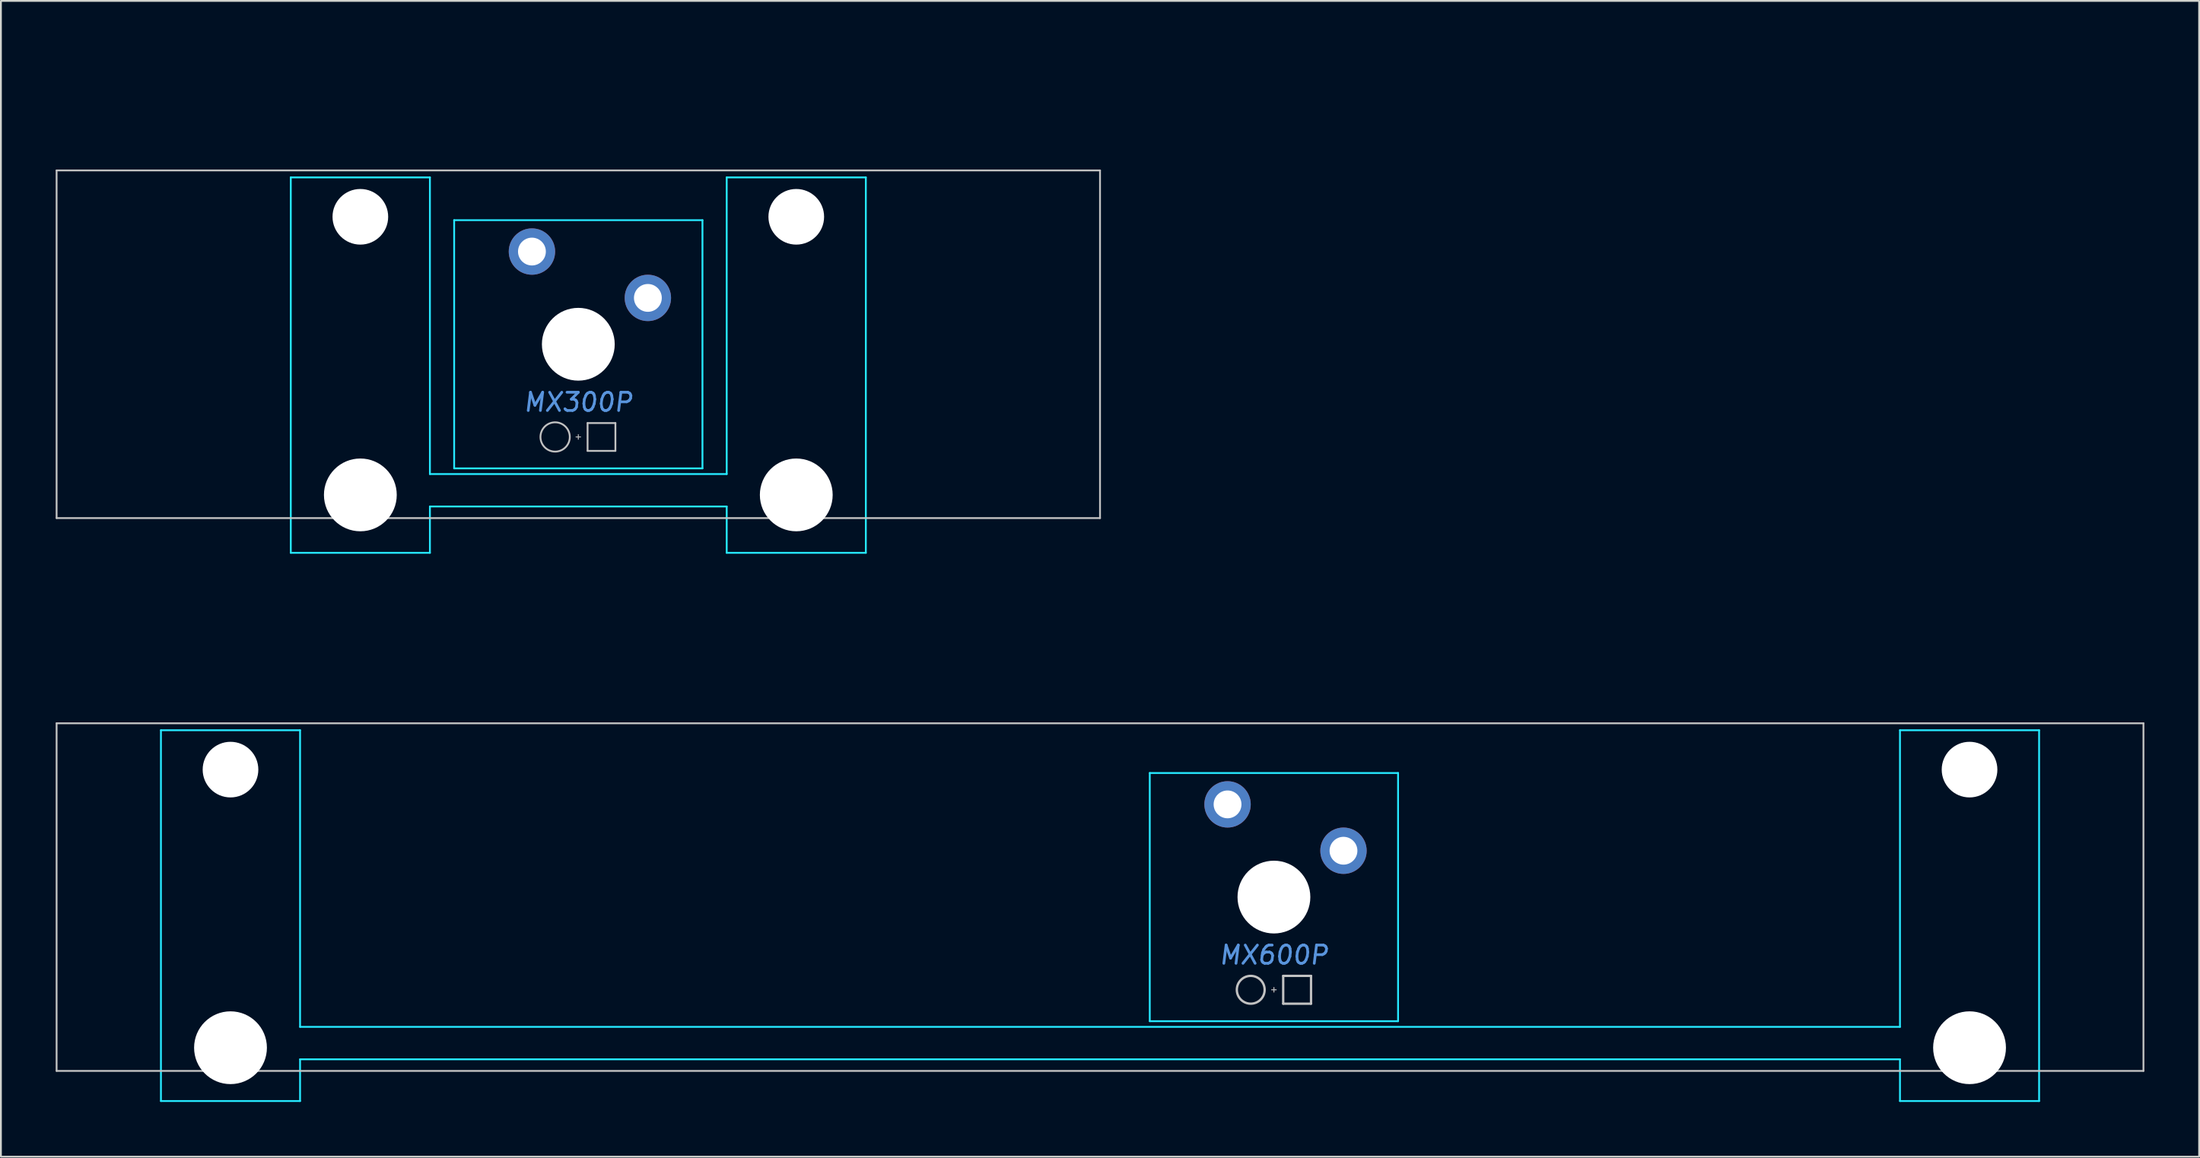
<source format=kicad_pcb>
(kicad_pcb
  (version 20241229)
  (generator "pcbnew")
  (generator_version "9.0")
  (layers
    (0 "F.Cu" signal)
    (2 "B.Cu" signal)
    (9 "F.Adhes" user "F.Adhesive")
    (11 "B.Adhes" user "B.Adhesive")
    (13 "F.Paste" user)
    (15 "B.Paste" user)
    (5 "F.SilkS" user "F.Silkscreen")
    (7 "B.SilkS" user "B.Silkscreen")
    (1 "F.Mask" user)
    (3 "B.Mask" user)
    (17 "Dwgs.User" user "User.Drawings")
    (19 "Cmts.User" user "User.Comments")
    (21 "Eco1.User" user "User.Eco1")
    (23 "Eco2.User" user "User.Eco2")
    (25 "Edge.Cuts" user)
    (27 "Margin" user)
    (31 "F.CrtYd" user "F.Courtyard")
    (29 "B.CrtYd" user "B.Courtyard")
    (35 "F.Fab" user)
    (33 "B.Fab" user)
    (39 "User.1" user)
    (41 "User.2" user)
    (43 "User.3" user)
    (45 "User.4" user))
  (footprint "MX300P"
    (layer "F.Cu")
    (at 28.625 15.815)
    (property "Reference" "MX300P" (at 0 3.175 0) (layer "Cmts.User") (effects (font (size 1 1) (thickness 0.15) (italic yes))))
    (attr through_hole)
    (fp_line (start -28.575 -9.525) (end -28.575 9.525) (stroke (width 0.1) (type solid)) (layer "Dwgs.User"))
    (fp_line (start -28.575 -9.525) (end 28.575 -9.525) (stroke (width 0.1) (type solid)) (layer "Dwgs.User"))
    (fp_line (start -28.575 9.525) (end 28.575 9.525) (stroke (width 0.1) (type solid)) (layer "Dwgs.User"))
    (fp_line (start -0.127 5.08) (end 0.127 5.08) (stroke (width 0.05) (type solid)) (layer "Dwgs.User"))
    (fp_line (start 0 5.207) (end 0 4.953) (stroke (width 0.05) (type solid)) (layer "Dwgs.User"))
    (fp_line (start 0.508 4.318) (end 0.508 5.842) (stroke (width 0.1) (type solid)) (layer "Dwgs.User"))
    (fp_line (start 0.508 4.318) (end 2.032 4.318) (stroke (width 0.1) (type solid)) (layer "Dwgs.User"))
    (fp_line (start 0.508 5.842) (end 2.032 5.842) (stroke (width 0.1) (type solid)) (layer "Dwgs.User"))
    (fp_line (start 2.032 5.842) (end 2.032 4.318) (stroke (width 0.1) (type solid)) (layer "Dwgs.User"))
    (fp_line (start 28.575 -9.525) (end 28.575 9.525) (stroke (width 0.1) (type solid)) (layer "Dwgs.User"))
    (fp_circle (center -1.27 5.08) (end -0.467 5.08) (stroke (width 0.1) (type solid)) (fill no) (layer "Dwgs.User"))
    (fp_line (start -23.241 -3.303) (end -22.225 -3.303) (stroke (width 0.1) (type solid)) (layer "Eco1.User"))
    (fp_line (start -23.241 -0.509) (end -23.241 -3.303) (stroke (width 0.1) (type solid)) (layer "Eco1.User"))
    (fp_line (start -22.225 -3.303) (end -22.225 -5.69) (stroke (width 0.1) (type solid)) (layer "Eco1.User"))
    (fp_line (start -22.225 -0.509) (end -23.241 -0.509) (stroke (width 0.1) (type solid)) (layer "Eco1.User"))
    (fp_line (start -22.225 -5.69) (end -15.57 -5.69) (stroke (width 0.1) (type solid)) (layer "Eco1.User"))
    (fp_line (start -22.225 6.603) (end -22.225 -0.509) (stroke (width 0.1) (type solid)) (layer "Eco1.User"))
    (fp_line (start -20.421 6.603) (end -22.225 6.603) (stroke (width 0.1) (type solid)) (layer "Eco1.User"))
    (fp_line (start -20.421 7.772) (end -20.421 6.603) (stroke (width 0.1) (type solid)) (layer "Eco1.User"))
    (fp_line (start -17.373 6.603) (end -17.373 7.772) (stroke (width 0.1) (type solid)) (layer "Eco1.User"))
    (fp_line (start -17.373 7.772) (end -20.421 7.772) (stroke (width 0.1) (type solid)) (layer "Eco1.User"))
    (fp_line (start -15.57 -5.69) (end -15.57 -2.286) (stroke (width 0.1) (type solid)) (layer "Eco1.User"))
    (fp_line (start -15.57 -2.286) (end -6.985 -2.286) (stroke (width 0.1) (type solid)) (layer "Eco1.User"))
    (fp_line (start -15.57 2.286) (end -15.57 6.603) (stroke (width 0.1) (type solid)) (layer "Eco1.User"))
    (fp_line (start -15.57 6.603) (end -17.373 6.603) (stroke (width 0.1) (type solid)) (layer "Eco1.User"))
    (fp_line (start -7 -7) (end 7 -7) (stroke (width 0.1) (type solid)) (layer "Eco1.User"))
    (fp_line (start -7 7) (end -6.985 2.286) (stroke (width 0.1) (type solid)) (layer "Eco1.User"))
    (fp_line (start -6.985 -2.286) (end -7 -7) (stroke (width 0.1) (type solid)) (layer "Eco1.User"))
    (fp_line (start -6.985 2.286) (end -15.57 2.286) (stroke (width 0.1) (type solid)) (layer "Eco1.User"))
    (fp_line (start 0 -15.765) (end 0 -15.765) (stroke (width 0.1) (type solid)) (layer "Eco1.User"))
    (fp_line (start 0 -15.765) (end 0 -15.765) (stroke (width 0.1) (type solid)) (layer "Eco1.User"))
    (fp_line (start 0 -15.765) (end 0 -15.765) (stroke (width 0.1) (type solid)) (layer "Eco1.User"))
    (fp_line (start 0 -0.941) (end 0.000056 0.941) (stroke (width 0.1) (type solid)) (layer "Eco1.User"))
    (fp_line (start 0.941 -0.000055) (end -0.941 0.000001) (stroke (width 0.1) (type solid)) (layer "Eco1.User"))
    (fp_line (start 6.985 -2.286) (end 15.57 -2.286) (stroke (width 0.1) (type solid)) (layer "Eco1.User"))
    (fp_line (start 6.985 6.985) (end -7 7) (stroke (width 0.1) (type solid)) (layer "Eco1.User"))
    (fp_line (start 6.985 2.286) (end 6.985 6.985) (stroke (width 0.1) (type solid)) (layer "Eco1.User"))
    (fp_line (start 7 -7) (end 6.985 -2.286) (stroke (width 0.1) (type solid)) (layer "Eco1.User"))
    (fp_line (start 15.57 -2.286) (end 15.57 -5.69) (stroke (width 0.1) (type solid)) (layer "Eco1.User"))
    (fp_line (start 15.57 6.603) (end 15.57 2.286) (stroke (width 0.1) (type solid)) (layer "Eco1.User"))
    (fp_line (start 15.57 -5.69) (end 22.225 -5.69) (stroke (width 0.1) (type solid)) (layer "Eco1.User"))
    (fp_line (start 15.57 2.286) (end 6.985 2.286) (stroke (width 0.1) (type solid)) (layer "Eco1.User"))
    (fp_line (start 17.373 6.603) (end 15.57 6.603) (stroke (width 0.1) (type solid)) (layer "Eco1.User"))
    (fp_line (start 17.373 7.772) (end 17.373 6.603) (stroke (width 0.1) (type solid)) (layer "Eco1.User"))
    (fp_line (start 20.421 6.603) (end 20.421 7.772) (stroke (width 0.1) (type solid)) (layer "Eco1.User"))
    (fp_line (start 20.421 7.772) (end 17.373 7.772) (stroke (width 0.1) (type solid)) (layer "Eco1.User"))
    (fp_line (start 22.225 -5.69) (end 22.225 -3.303) (stroke (width 0.1) (type solid)) (layer "Eco1.User"))
    (fp_line (start 22.225 6.603) (end 20.421 6.603) (stroke (width 0.1) (type solid)) (layer "Eco1.User"))
    (fp_line (start 22.225 -3.303) (end 23.241 -3.303) (stroke (width 0.1) (type solid)) (layer "Eco1.User"))
    (fp_line (start 22.225 -0.509) (end 22.225 6.603) (stroke (width 0.1) (type solid)) (layer "Eco1.User"))
    (fp_line (start 23.241 -3.303) (end 23.241 -0.509) (stroke (width 0.1) (type solid)) (layer "Eco1.User"))
    (fp_line (start 23.241 -0.509) (end 22.225 -0.509) (stroke (width 0.1) (type solid)) (layer "Eco1.User"))
    (fp_line (start -15.748 -9.144) (end -8.128 -9.144) (stroke (width 0.1) (type solid)) (layer "B.CrtYd"))
    (fp_line (start -15.748 11.43) (end -15.748 -9.144) (stroke (width 0.1) (type solid)) (layer "B.CrtYd"))
    (fp_line (start -8.128 -9.144) (end -8.128 7.112) (stroke (width 0.1) (type solid)) (layer "B.CrtYd"))
    (fp_line (start -8.128 7.112) (end 8.128 7.112) (stroke (width 0.1) (type solid)) (layer "B.CrtYd"))
    (fp_line (start -8.128 8.89) (end 8.128 8.89) (stroke (width 0.1) (type solid)) (layer "B.CrtYd"))
    (fp_line (start -8.128 11.43) (end -15.748 11.43) (stroke (width 0.1) (type solid)) (layer "B.CrtYd"))
    (fp_line (start -8.128 11.43) (end -8.128 8.89) (stroke (width 0.1) (type solid)) (layer "B.CrtYd"))
    (fp_line (start -6.8 6.8) (end -6.8 -6.8) (stroke (width 0.1) (type solid)) (layer "B.CrtYd"))
    (fp_line (start 6.8 -6.8) (end -6.8 -6.8) (stroke (width 0.1) (type solid)) (layer "B.CrtYd"))
    (fp_line (start 6.8 6.8) (end -6.8 6.8) (stroke (width 0.1) (type solid)) (layer "B.CrtYd"))
    (fp_line (start 6.8 6.8) (end 6.8 -6.8) (stroke (width 0.1) (type solid)) (layer "B.CrtYd"))
    (fp_line (start 8.128 -9.144) (end 8.128 7.112) (stroke (width 0.1) (type solid)) (layer "B.CrtYd"))
    (fp_line (start 8.128 -9.144) (end 15.748 -9.144) (stroke (width 0.1) (type solid)) (layer "B.CrtYd"))
    (fp_line (start 8.128 11.43) (end 8.128 8.89) (stroke (width 0.1) (type solid)) (layer "B.CrtYd"))
    (fp_line (start 15.748 -9.144) (end 15.748 11.43) (stroke (width 0.1) (type solid)) (layer "B.CrtYd"))
    (fp_line (start 15.748 11.43) (end 8.128 11.43) (stroke (width 0.1) (type solid)) (layer "B.CrtYd"))
    (pad "" np_thru_hole circle (at -11.938 -6.985) (size 3.048 3.048) (drill 3.048) (layers "*.Cu" "*.Mask"))
    (pad "" np_thru_hole circle (at -11.938 8.255) (size 3.988 3.988) (drill 3.988) (layers "*.Cu" "*.Mask"))
    (pad "" np_thru_hole circle (at 0 0) (size 3.988 3.988) (drill 3.988) (layers "*.Cu" "*.Mask"))
    (pad "" np_thru_hole circle (at 11.938 -6.985) (size 3.048 3.048) (drill 3.048) (layers "*.Cu" "*.Mask"))
    (pad "" np_thru_hole circle (at 11.938 8.255) (size 3.988 3.988) (drill 3.988) (layers "*.Cu" "*.Mask"))
    (pad "1" thru_hole circle (at -2.54 -5.08) (size 2.54 2.54) (drill 1.524) (layers "*.Cu" "*.Mask"))
    (pad "2" thru_hole circle (at 3.81 -2.54) (size 2.54 2.54) (drill 1.524) (layers "*.Cu" "*.Mask")))
  (footprint "MX600P"
    (layer "F.Cu")
    (at 66.725 46.109)
    (property "Reference" "MX600P" (at 0 3.175 0) (layer "Cmts.User") (effects (font (size 1 1) (thickness 0.15) (italic yes))))
    (attr through_hole)
    (fp_line (start -66.675 -9.525) (end -66.675 9.525) (stroke (width 0.1) (type solid)) (layer "Dwgs.User"))
    (fp_line (start -66.675 9.525) (end 47.625 9.525) (stroke (width 0.1) (type solid)) (layer "Dwgs.User"))
    (fp_line (start -0.127 5.08) (end 0.127 5.08) (stroke (width 0.051) (type solid)) (layer "Dwgs.User"))
    (fp_line (start 0 5.207) (end 0 4.953) (stroke (width 0.051) (type solid)) (layer "Dwgs.User"))
    (fp_line (start 0.508 4.318) (end 0.508 5.842) (stroke (width 0.127) (type solid)) (layer "Dwgs.User"))
    (fp_line (start 0.508 4.318) (end 2.032 4.318) (stroke (width 0.127) (type solid)) (layer "Dwgs.User"))
    (fp_line (start 0.508 5.842) (end 2.032 5.842) (stroke (width 0.127) (type solid)) (layer "Dwgs.User"))
    (fp_line (start 2.032 5.842) (end 2.032 4.318) (stroke (width 0.127) (type solid)) (layer "Dwgs.User"))
    (fp_line (start 47.625 -9.525) (end -66.675 -9.525) (stroke (width 0.1) (type solid)) (layer "Dwgs.User"))
    (fp_line (start 47.625 -9.525) (end 47.625 9.525) (stroke (width 0.1) (type solid)) (layer "Dwgs.User"))
    (fp_circle (center -1.27 5.08) (end -0.508 5.08) (stroke (width 0.127) (type solid)) (fill no) (layer "Dwgs.User"))
    (fp_line (start -61.29 -0.508) (end -61.29 -3.302) (stroke (width 0.1) (type solid)) (layer "Eco1.User"))
    (fp_line (start -61.29 -3.302) (end -60.274 -3.302) (stroke (width 0.1) (type solid)) (layer "Eco1.User"))
    (fp_line (start -60.274 -3.302) (end -60.274 -5.69) (stroke (width 0.1) (type solid)) (layer "Eco1.User"))
    (fp_line (start -60.274 -0.508) (end -61.29 -0.508) (stroke (width 0.1) (type solid)) (layer "Eco1.User"))
    (fp_line (start -60.274 -5.69) (end -53.619 -5.69) (stroke (width 0.1) (type solid)) (layer "Eco1.User"))
    (fp_line (start -60.274 6.604) (end -60.274 -0.508) (stroke (width 0.1) (type solid)) (layer "Eco1.User"))
    (fp_line (start -58.471 6.604) (end -60.274 6.604) (stroke (width 0.1) (type solid)) (layer "Eco1.User"))
    (fp_line (start -58.471 7.772) (end -58.471 6.604) (stroke (width 0.1) (type solid)) (layer "Eco1.User"))
    (fp_line (start -55.423 6.604) (end -55.423 7.772) (stroke (width 0.1) (type solid)) (layer "Eco1.User"))
    (fp_line (start -55.423 7.772) (end -58.471 7.772) (stroke (width 0.1) (type solid)) (layer "Eco1.User"))
    (fp_line (start -53.619 -5.69) (end -53.619 -2.286) (stroke (width 0.1) (type solid)) (layer "Eco1.User"))
    (fp_line (start -53.619 2.286) (end -53.619 6.604) (stroke (width 0.1) (type solid)) (layer "Eco1.User"))
    (fp_line (start -53.619 -2.286) (end -6.985 -2.286) (stroke (width 0.1) (type solid)) (layer "Eco1.User"))
    (fp_line (start -53.619 6.604) (end -55.423 6.604) (stroke (width 0.1) (type solid)) (layer "Eco1.User"))
    (fp_line (start -6.985 -6.985) (end 6.985 -6.985) (stroke (width 0.1) (type solid)) (layer "Eco1.User"))
    (fp_line (start -6.985 -2.286) (end -6.985 -6.985) (stroke (width 0.1) (type solid)) (layer "Eco1.User"))
    (fp_line (start -6.985 2.286) (end -53.619 2.286) (stroke (width 0.1) (type solid)) (layer "Eco1.User"))
    (fp_line (start -6.985 6.985) (end -6.985 2.286) (stroke (width 0.1) (type solid)) (layer "Eco1.User"))
    (fp_line (start -0.000028 -0.941) (end 0.000028 0.941) (stroke (width 0.1) (type solid)) (layer "Eco1.User"))
    (fp_line (start 0 -15.765) (end 0 -15.765) (stroke (width 0.1) (type solid)) (layer "Eco1.User"))
    (fp_line (start 0 -15.765) (end 0 -15.765) (stroke (width 0.1) (type solid)) (layer "Eco1.User"))
    (fp_line (start 0 -15.765) (end 0 -15.765) (stroke (width 0.1) (type solid)) (layer "Eco1.User"))
    (fp_line (start 0.941 -0.000029) (end -0.941 0.000027) (stroke (width 0.1) (type solid)) (layer "Eco1.User"))
    (fp_line (start 6.985 -6.985) (end 6.985 -2.286) (stroke (width 0.1) (type solid)) (layer "Eco1.User"))
    (fp_line (start 6.985 -2.286) (end 34.568 -2.286) (stroke (width 0.1) (type solid)) (layer "Eco1.User"))
    (fp_line (start 6.985 2.286) (end 6.985 6.985) (stroke (width 0.1) (type solid)) (layer "Eco1.User"))
    (fp_line (start 6.985 6.985) (end -6.985 6.985) (stroke (width 0.1) (type solid)) (layer "Eco1.User"))
    (fp_line (start 34.568 -2.286) (end 34.568 -5.689) (stroke (width 0.1) (type solid)) (layer "Eco1.User"))
    (fp_line (start 34.568 6.604) (end 34.568 2.286) (stroke (width 0.1) (type solid)) (layer "Eco1.User"))
    (fp_line (start 34.568 2.286) (end 6.985 2.286) (stroke (width 0.1) (type solid)) (layer "Eco1.User"))
    (fp_line (start 34.569 -5.69) (end 41.224 -5.69) (stroke (width 0.1) (type solid)) (layer "Eco1.User"))
    (fp_line (start 36.371 6.604) (end 34.568 6.604) (stroke (width 0.1) (type solid)) (layer "Eco1.User"))
    (fp_line (start 36.371 7.773) (end 36.371 6.604) (stroke (width 0.1) (type solid)) (layer "Eco1.User"))
    (fp_line (start 39.419 6.604) (end 39.419 7.773) (stroke (width 0.1) (type solid)) (layer "Eco1.User"))
    (fp_line (start 39.419 7.773) (end 36.371 7.773) (stroke (width 0.1) (type solid)) (layer "Eco1.User"))
    (fp_line (start 41.223 6.604) (end 39.419 6.604) (stroke (width 0.1) (type solid)) (layer "Eco1.User"))
    (fp_line (start 41.223 -0.508) (end 41.223 6.604) (stroke (width 0.1) (type solid)) (layer "Eco1.User"))
    (fp_line (start 41.224 -5.69) (end 41.224 -3.302) (stroke (width 0.1) (type solid)) (layer "Eco1.User"))
    (fp_line (start 41.224 -3.302) (end 42.24 -3.302) (stroke (width 0.1) (type solid)) (layer "Eco1.User"))
    (fp_line (start 42.239 -3.302) (end 42.239 -0.508) (stroke (width 0.1) (type solid)) (layer "Eco1.User"))
    (fp_line (start 42.239 -0.508) (end 41.223 -0.508) (stroke (width 0.1) (type solid)) (layer "Eco1.User"))
    (fp_line (start -60.96 -9.144) (end -60.96 11.176) (stroke (width 0.1) (type solid)) (layer "B.CrtYd"))
    (fp_line (start -60.96 -9.144) (end -53.34 -9.144) (stroke (width 0.1) (type solid)) (layer "B.CrtYd"))
    (fp_line (start -60.96 11.176) (end -53.34 11.176) (stroke (width 0.1) (type solid)) (layer "B.CrtYd"))
    (fp_line (start -53.34 7.112) (end -53.34 -9.144) (stroke (width 0.1) (type solid)) (layer "B.CrtYd"))
    (fp_line (start -53.34 7.112) (end 34.29 7.112) (stroke (width 0.1) (type solid)) (layer "B.CrtYd"))
    (fp_line (start -53.34 8.89) (end -53.34 11.176) (stroke (width 0.1) (type solid)) (layer "B.CrtYd"))
    (fp_line (start -53.34 8.89) (end 34.29 8.89) (stroke (width 0.1) (type solid)) (layer "B.CrtYd"))
    (fp_line (start -6.8 -6.8) (end -6.8 6.8) (stroke (width 0.1) (type solid)) (layer "B.CrtYd"))
    (fp_line (start -6.8 -6.8) (end 6.8 -6.8) (stroke (width 0.1) (type solid)) (layer "B.CrtYd"))
    (fp_line (start -6.8 6.8) (end 6.8 6.8) (stroke (width 0.1) (type solid)) (layer "B.CrtYd"))
    (fp_line (start 6.8 6.8) (end 6.8 -6.8) (stroke (width 0.1) (type solid)) (layer "B.CrtYd"))
    (fp_line (start 34.29 -9.144) (end 41.91 -9.144) (stroke (width 0.1) (type solid)) (layer "B.CrtYd"))
    (fp_line (start 34.29 7.112) (end 34.29 -9.144) (stroke (width 0.1) (type solid)) (layer "B.CrtYd"))
    (fp_line (start 34.29 8.89) (end 34.29 11.176) (stroke (width 0.1) (type solid)) (layer "B.CrtYd"))
    (fp_line (start 34.29 11.176) (end 41.91 11.176) (stroke (width 0.1) (type solid)) (layer "B.CrtYd"))
    (fp_line (start 41.91 -9.144) (end 41.91 11.176) (stroke (width 0.1) (type solid)) (layer "B.CrtYd"))
    (pad "" np_thru_hole circle (at -57.15 -6.985 180) (size 3.048 3.048) (drill 3.048) (layers "*.Cu" "*.Mask"))
    (pad "" np_thru_hole circle (at -57.15 8.255 180) (size 3.988 3.988) (drill 3.988) (layers "*.Cu" "*.Mask"))
    (pad "" np_thru_hole circle (at 0 0) (size 3.988 3.988) (drill 3.988) (layers "*.Cu" "*.Mask"))
    (pad "" np_thru_hole circle (at 38.1 -6.985 180) (size 3.048 3.048) (drill 3.048) (layers "*.Cu" "*.Mask"))
    (pad "" np_thru_hole circle (at 38.1 8.255 180) (size 3.988 3.988) (drill 3.988) (layers "*.Cu" "*.Mask"))
    (pad "1" thru_hole circle (at -2.54 -5.08) (size 2.54 2.54) (drill 1.524) (layers "*.Cu" "*.Mask"))
    (pad "2" thru_hole circle (at 3.81 -2.54) (size 2.54 2.54) (drill 1.524) (layers "*.Cu" "*.Mask")))
  (gr_rect
    (start -3 -3)
    (end 117.4 60.335)
    (stroke (width 0.1) (type default))
    (fill no)
    (layer "Edge.Cuts")))
</source>
